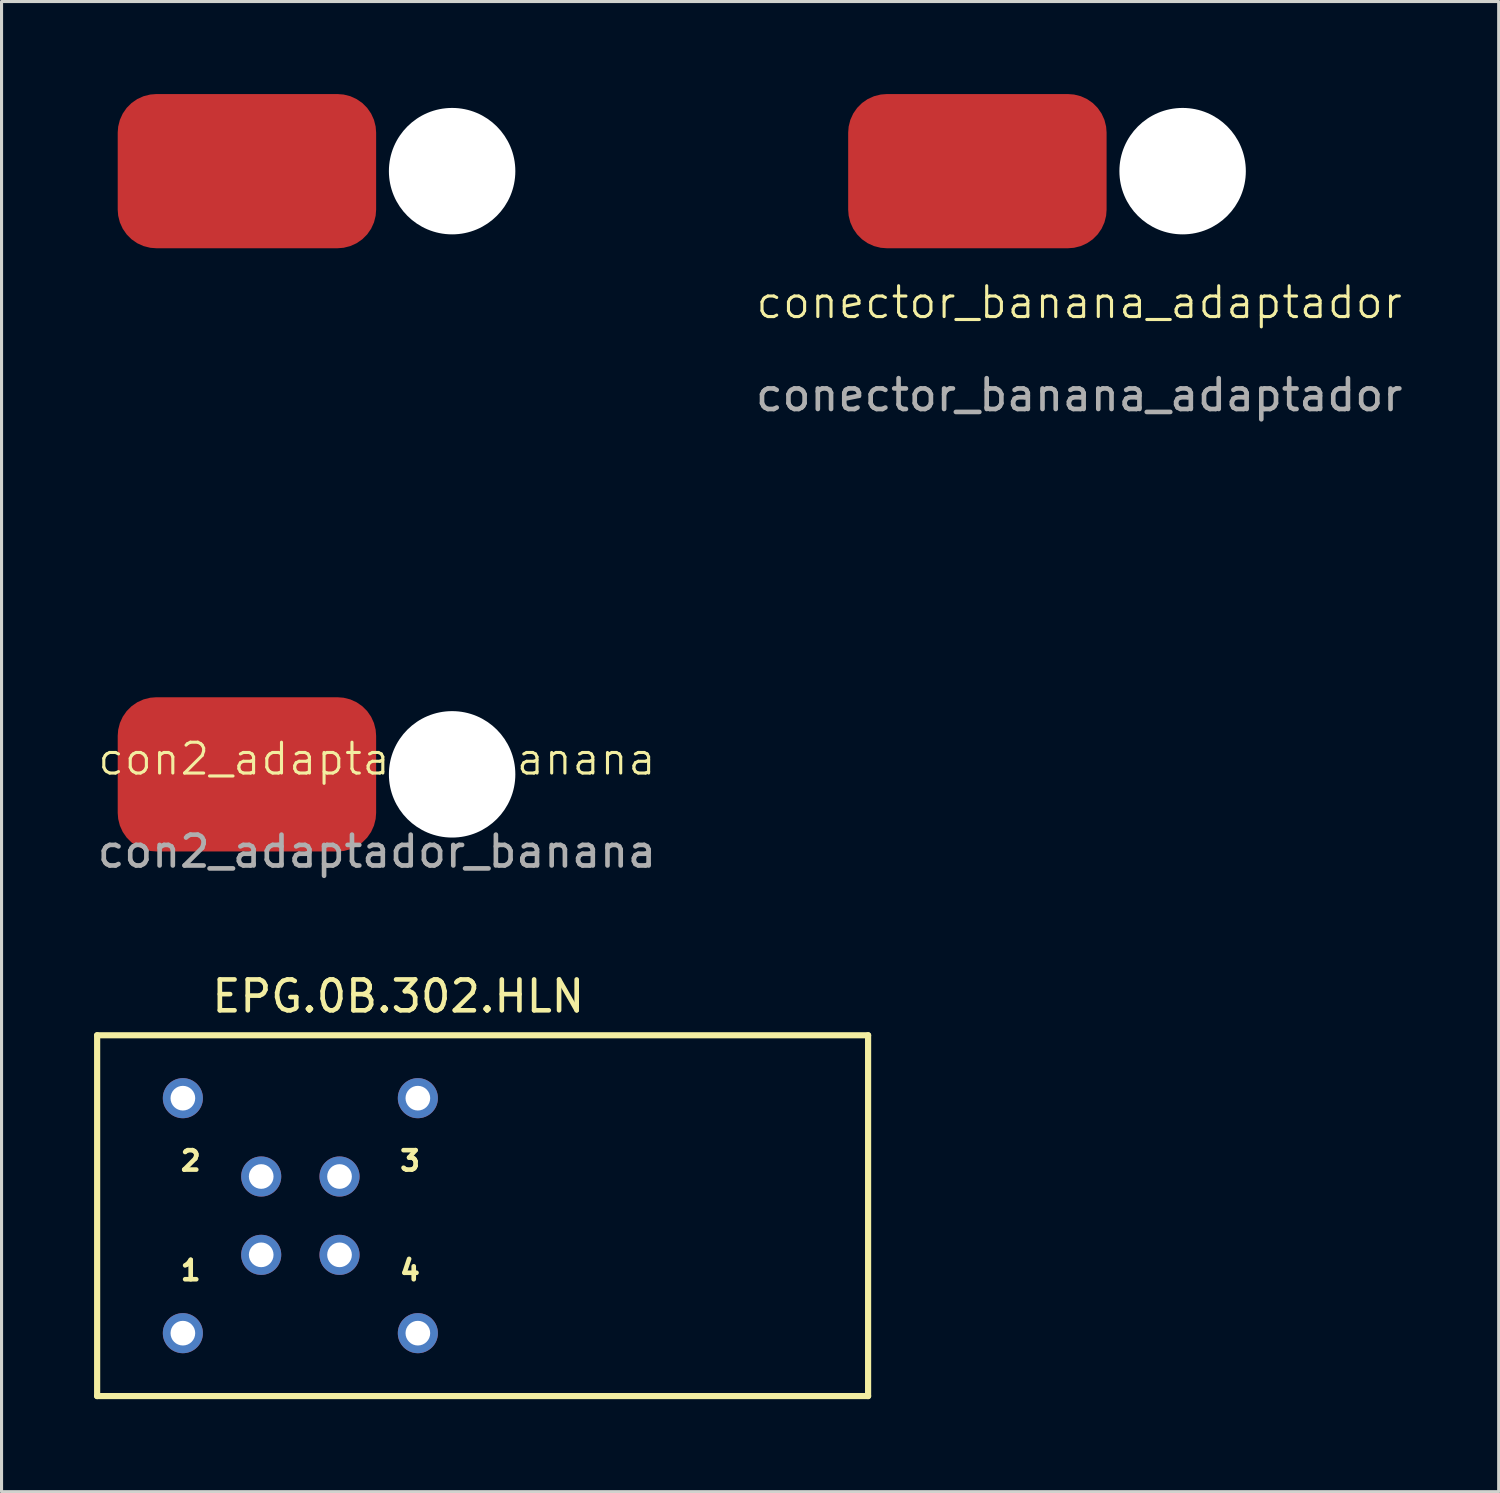
<source format=kicad_pcb>
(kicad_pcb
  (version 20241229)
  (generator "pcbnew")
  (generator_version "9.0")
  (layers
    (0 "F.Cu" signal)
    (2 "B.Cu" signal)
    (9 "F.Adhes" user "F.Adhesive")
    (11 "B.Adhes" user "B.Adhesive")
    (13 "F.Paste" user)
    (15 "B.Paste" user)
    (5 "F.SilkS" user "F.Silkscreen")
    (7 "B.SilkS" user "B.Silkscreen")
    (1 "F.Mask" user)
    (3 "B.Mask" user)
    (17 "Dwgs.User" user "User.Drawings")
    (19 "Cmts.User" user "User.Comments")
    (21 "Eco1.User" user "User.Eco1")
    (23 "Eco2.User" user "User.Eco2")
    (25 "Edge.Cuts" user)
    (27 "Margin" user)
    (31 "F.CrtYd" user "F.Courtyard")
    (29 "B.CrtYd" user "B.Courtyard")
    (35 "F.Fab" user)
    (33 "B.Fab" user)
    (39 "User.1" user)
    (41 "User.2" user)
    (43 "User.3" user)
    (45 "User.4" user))
  (footprint "EPG.0B.302.HLN"
    (layer "F.Cu")
    (at 6.69 36.371)
    (property "Reference" "EPG.0B.302.HLN" (at 3.175 -7.115 0) (layer "F.SilkS") (effects (font (size 1 1) (thickness 0.15))))
    (attr through_hole)
    (fp_line (start -6.59 -5.85) (end -6.59 5.85) (stroke (width 0.2) (type solid)) (layer "F.SilkS"))
    (fp_line (start -6.59 -5.85) (end 18.41 -5.85) (stroke (width 0.2) (type solid)) (layer "F.SilkS"))
    (fp_line (start -6.59 5.85) (end 18.41 5.85) (stroke (width 0.2) (type solid)) (layer "F.SilkS"))
    (fp_line (start 18.41 -5.85) (end 18.41 5.85) (stroke (width 0.2) (type solid)) (layer "F.SilkS"))
    (fp_text user "2" (at -3.556 -1.778 0) (layer "F.SilkS") (effects (font (size 0.63 0.63) (thickness 0.15))))
    (fp_text user "1" (at -3.556 1.778 0) (layer "F.SilkS") (effects (font (size 0.63 0.63) (thickness 0.15))))
    (fp_text user "3" (at 3.556 -1.778 0) (layer "F.SilkS") (effects (font (size 0.63 0.63) (thickness 0.15))))
    (fp_text user "4" (at 3.556 1.778 0) (layer "F.SilkS") (effects (font (size 0.63 0.63) (thickness 0.15))))
    (pad "1" thru_hole circle (at -1.27 1.27 240) (size 1.3 1.3) (drill 0.8) (layers "*.Cu" "*.Mask"))
    (pad "2" thru_hole circle (at -1.27 -1.27 240) (size 1.3 1.3) (drill 0.8) (layers "*.Cu" "*.Mask"))
    (pad "3" thru_hole circle (at 1.27 -1.27 240) (size 1.3 1.3) (drill 0.8) (layers "*.Cu" "*.Mask"))
    (pad "4" thru_hole circle (at 1.27 1.27 240) (size 1.3 1.3) (drill 0.8) (layers "*.Cu" "*.Mask"))
    (pad "5" thru_hole circle (at -3.81 3.81 240) (size 1.3 1.3) (drill 0.8) (layers "*.Cu" "*.Mask"))
    (pad "6" thru_hole circle (at 3.81 3.81 240) (size 1.3 1.3) (drill 0.8) (layers "*.Cu" "*.Mask"))
    (pad "7" thru_hole circle (at 3.81 -3.81 240) (size 1.3 1.3) (drill 0.8) (layers "*.Cu" "*.Mask"))
    (pad "8" thru_hole circle (at -3.81 -3.81 240) (size 1.3 1.3) (drill 0.8) (layers "*.Cu" "*.Mask")))
  (footprint "conector_banana_adaptador"
    (layer "F.Cu")
    (at 28.644 10.12)
    (property "Reference" "conector_banana_adaptador" (at 3.302 -3.362 0) (unlocked yes) (layer "F.SilkS") (effects (font (size 1 1) (thickness 0.1))))
    (attr smd)
    (fp_text user "${REFERENCE}" (at 3.302 -0.362 0) (unlocked yes) (layer "F.Fab") (effects (font (size 1 1) (thickness 0.15))))
    (pad "" np_thru_hole circle (at 6.655 -7.62) (size 4.1 4.1) (drill 4.3) (layers "*.Cu" "*.Mask"))
    (pad "1" smd roundrect (at 0 -7.62) (size 8.38 5) (layers "F.Cu" "F.Mask" "F.Paste") (roundrect_rratio 0.25)))
  (footprint "con2_adaptador_banana"
    (layer "F.Cu")
    (at 9.173 22.06)
    (property "Reference" "con2_adaptador_banana" (at 0 -0.5 0) (unlocked yes) (layer "F.SilkS") (effects (font (size 1 1) (thickness 0.1))))
    (attr smd)
    (fp_text user "${REFERENCE}" (at 0 2.5 0) (unlocked yes) (layer "F.Fab") (effects (font (size 1 1) (thickness 0.15))))
    (pad "" np_thru_hole circle (at 2.438 -19.56) (size 4.1 4.1) (drill 4.3) (layers "*.Cu" "*.Mask"))
    (pad "" np_thru_hole circle (at 2.438 0) (size 4.1 4.1) (drill 4.3) (layers "*.Cu" "*.Mask"))
    (pad "1" smd roundrect (at -4.216 0) (size 8.38 5) (layers "F.Cu" "F.Mask" "F.Paste") (roundrect_rratio 0.25))
    (pad "2" smd roundrect (at -4.216 -19.56) (size 8.38 5) (layers "F.Cu" "F.Mask" "F.Paste") (roundrect_rratio 0.25)))
  (gr_rect
    (start -3 -3)
    (end 45.548 45.322)
    (stroke (width 0.1) (type default))
    (fill no)
    (layer "Edge.Cuts")))
</source>
